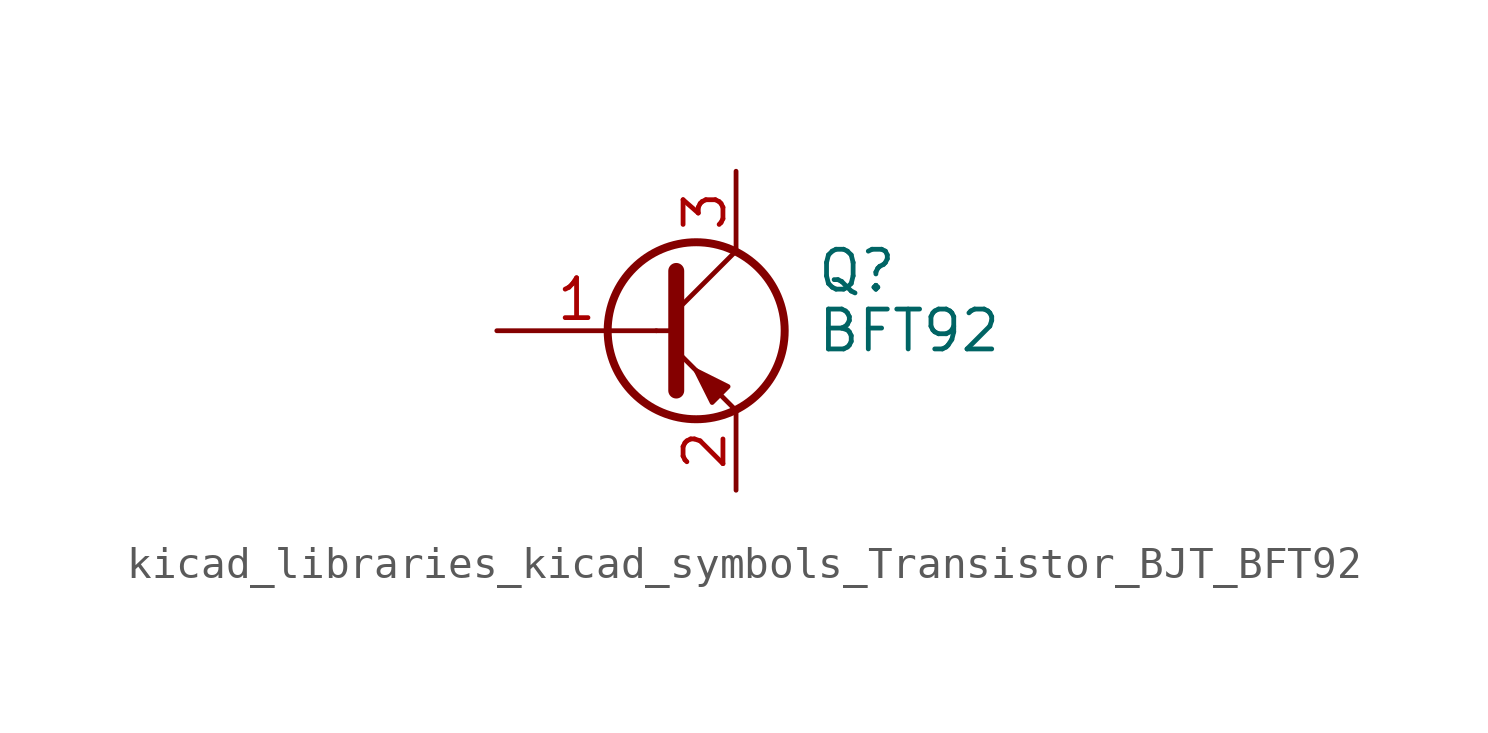
<source format=kicad_sym>
(kicad_symbol_lib
  (version 20220914)
  (generator kicad_symbol_editor)
  (symbol "kicad_libraries_kicad_symbols_Transistor_BJT_BFT92"
    (pin_names
      (offset 0) hide)
    (property "Reference" "Q"
      (at 5.08 1.905 0)
      (effects (font (size 1.27 1.27)) (justify left)))
    (property "Value" "BFT92"
      (at 5.08 0 0)
      (effects (font (size 1.27 1.27)) (justify left)))
    (symbol "kicad_libraries_kicad_symbols_Transistor_BJT_BFT92_0_1"
      (polyline (pts (xy 0 0) (xy 0.635 0)) (stroke (width 0) (type default)) (fill (type none)))
      (polyline (pts (xy 0.635 0.635) (xy 2.54 2.54)) (stroke (width 0) (type default)) (fill (type none)))
      (polyline (pts (xy 2.54 -2.54) (xy 0.635 -0.635)) (stroke (width 0) (type default)) (fill (type none)))
      (polyline (pts (xy 0.635 1.905) (xy 0.635 0) (xy 0.635 -1.905) (xy 0.635 -1.905)) (stroke (width 0.508) (type default)) (fill (type none)))
      (polyline (pts (xy 1.27 -1.27) (xy 1.778 -2.286) (xy 2.286 -1.778) (xy 1.27 -1.27) (xy 1.27 -1.27)) (stroke (width 0) (type default)) (fill (type outline)))
      (circle (center 1.27 0) (radius 2.819) (stroke (width 0.254) (type default)) (fill (type none))))
    (symbol "kicad_libraries_kicad_symbols_Transistor_BJT_BFT92_1_1"
      (pin input line (at -5.08 0 0) (length 5.08) (name "B" (effects (font (size 1.27 1.27)))) (number "1" (effects (font (size 1.27 1.27)))))
      (pin passive line (at 2.54 -5.08 90) (length 2.54) (name "E" (effects (font (size 1.27 1.27)))) (number "2" (effects (font (size 1.27 1.27)))))
      (pin passive line (at 2.54 5.08 270) (length 2.54) (name "C" (effects (font (size 1.27 1.27)))) (number "3" (effects (font (size 1.27 1.27))))))))
</source>
